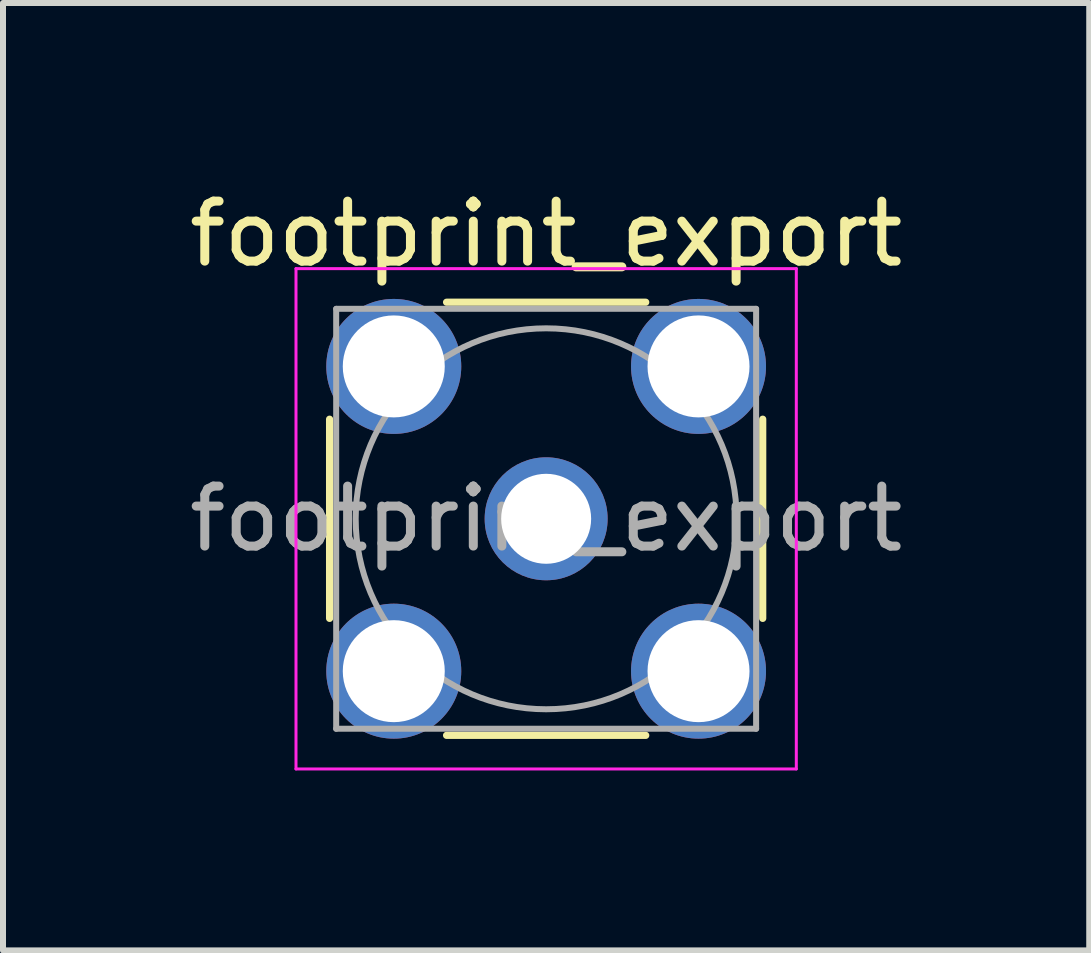
<source format=kicad_pcb>
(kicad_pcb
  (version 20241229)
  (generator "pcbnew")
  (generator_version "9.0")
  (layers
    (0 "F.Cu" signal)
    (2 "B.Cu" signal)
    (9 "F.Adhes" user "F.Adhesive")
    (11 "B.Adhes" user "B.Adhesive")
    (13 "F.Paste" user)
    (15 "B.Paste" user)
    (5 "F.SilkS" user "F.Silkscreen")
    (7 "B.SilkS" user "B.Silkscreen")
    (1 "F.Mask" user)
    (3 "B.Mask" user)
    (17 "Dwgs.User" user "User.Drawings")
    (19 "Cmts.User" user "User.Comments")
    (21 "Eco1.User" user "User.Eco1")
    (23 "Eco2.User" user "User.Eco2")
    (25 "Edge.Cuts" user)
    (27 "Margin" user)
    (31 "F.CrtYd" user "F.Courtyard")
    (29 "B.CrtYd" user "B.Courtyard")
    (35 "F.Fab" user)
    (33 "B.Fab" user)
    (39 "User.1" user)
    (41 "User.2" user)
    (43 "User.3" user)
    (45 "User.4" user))
  (footprint "footprint_export"
    (layer "F.Cu")
    (at 6.054 5.598)
    (property "Reference" "footprint_export" (at 0 -4.75 0) (layer "F.SilkS") (effects (font (size 1 1) (thickness 0.15))))
    (attr through_hole)
    (fp_line (start -3.61 -1.66) (end -3.61 1.66) (stroke (width 0.12) (type solid)) (layer "F.SilkS"))
    (fp_line (start -1.66 -3.61) (end 1.66 -3.61) (stroke (width 0.12) (type solid)) (layer "F.SilkS"))
    (fp_line (start -1.66 3.61) (end 1.66 3.61) (stroke (width 0.12) (type solid)) (layer "F.SilkS"))
    (fp_line (start 3.61 -1.66) (end 3.61 1.66) (stroke (width 0.12) (type solid)) (layer "F.SilkS"))
    (fp_line (start -4.17 -4.17) (end -4.17 4.17) (stroke (width 0.05) (type solid)) (layer "F.CrtYd"))
    (fp_line (start -4.17 -4.17) (end 4.17 -4.17) (stroke (width 0.05) (type solid)) (layer "F.CrtYd"))
    (fp_line (start 4.17 4.17) (end -4.17 4.17) (stroke (width 0.05) (type solid)) (layer "F.CrtYd"))
    (fp_line (start 4.17 4.17) (end 4.17 -4.17) (stroke (width 0.05) (type solid)) (layer "F.CrtYd"))
    (fp_line (start -3.5 -3.5) (end -3.5 3.5) (stroke (width 0.1) (type solid)) (layer "F.Fab"))
    (fp_line (start -3.5 -3.5) (end 3.5 -3.5) (stroke (width 0.1) (type solid)) (layer "F.Fab"))
    (fp_line (start -3.5 3.5) (end 3.5 3.5) (stroke (width 0.1) (type solid)) (layer "F.Fab"))
    (fp_line (start 3.5 -3.5) (end 3.5 3.5) (stroke (width 0.1) (type solid)) (layer "F.Fab"))
    (fp_circle (center 0 0) (end 3.175 0) (stroke (width 0.1) (type solid)) (fill no) (layer "F.Fab"))
    (fp_text user "${REFERENCE}" (at 0 0 0) (layer "F.Fab") (effects (font (size 1 1) (thickness 0.15))))
    (pad "1" thru_hole circle (at 0 0) (size 2.05 2.05) (drill 1.5) (layers "*.Cu" "*.Mask"))
    (pad "2" thru_hole circle (at -2.54 -2.54) (size 2.25 2.25) (drill 1.7) (layers "*.Cu" "*.Mask"))
    (pad "2" thru_hole circle (at -2.54 2.54) (size 2.25 2.25) (drill 1.7) (layers "*.Cu" "*.Mask"))
    (pad "2" thru_hole circle (at 2.54 -2.54) (size 2.25 2.25) (drill 1.7) (layers "*.Cu" "*.Mask"))
    (pad "2" thru_hole circle (at 2.54 2.54) (size 2.25 2.25) (drill 1.7) (layers "*.Cu" "*.Mask")))
  (gr_rect
    (start -3 -3)
    (end 15.107 12.793)
    (stroke (width 0.1) (type default))
    (fill no)
    (layer "Edge.Cuts")))
</source>
